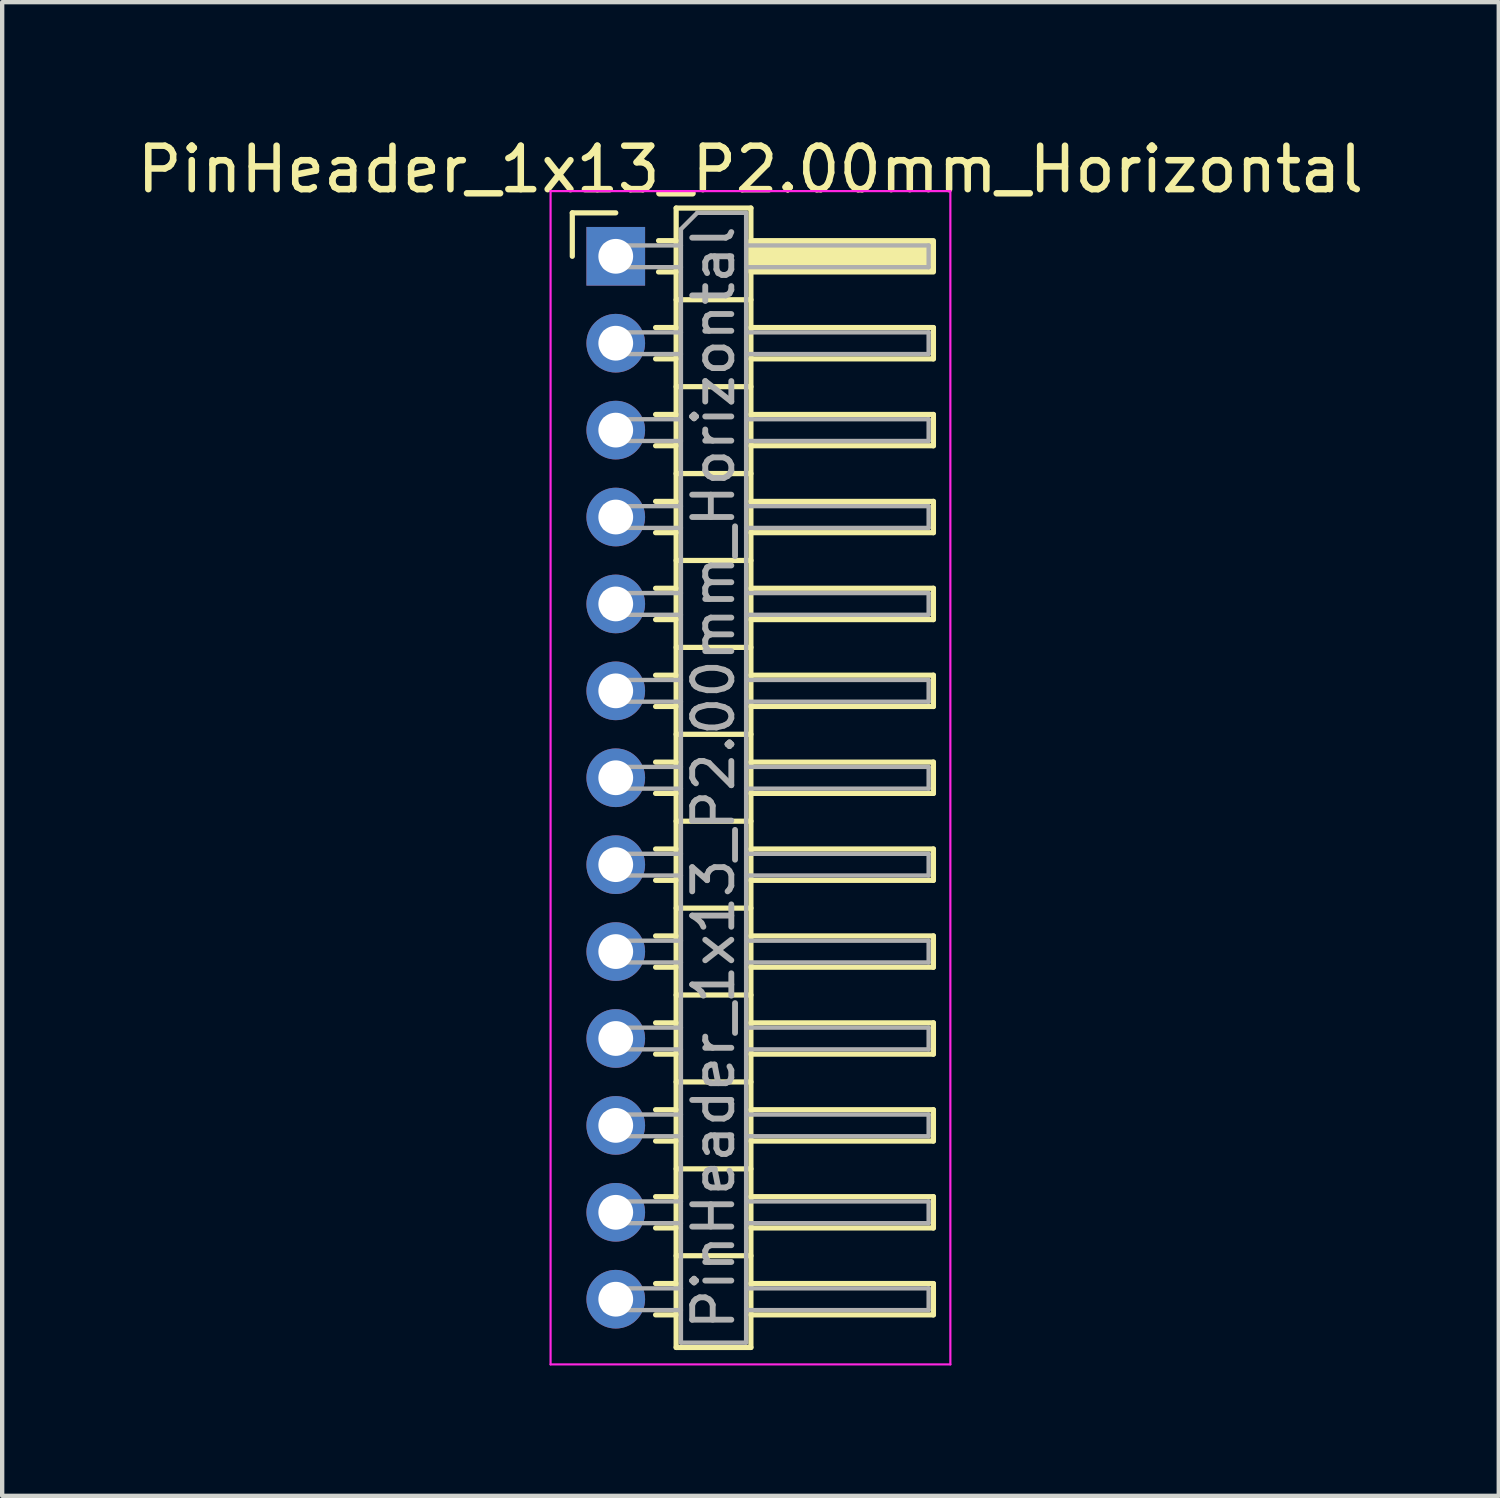
<source format=kicad_pcb>
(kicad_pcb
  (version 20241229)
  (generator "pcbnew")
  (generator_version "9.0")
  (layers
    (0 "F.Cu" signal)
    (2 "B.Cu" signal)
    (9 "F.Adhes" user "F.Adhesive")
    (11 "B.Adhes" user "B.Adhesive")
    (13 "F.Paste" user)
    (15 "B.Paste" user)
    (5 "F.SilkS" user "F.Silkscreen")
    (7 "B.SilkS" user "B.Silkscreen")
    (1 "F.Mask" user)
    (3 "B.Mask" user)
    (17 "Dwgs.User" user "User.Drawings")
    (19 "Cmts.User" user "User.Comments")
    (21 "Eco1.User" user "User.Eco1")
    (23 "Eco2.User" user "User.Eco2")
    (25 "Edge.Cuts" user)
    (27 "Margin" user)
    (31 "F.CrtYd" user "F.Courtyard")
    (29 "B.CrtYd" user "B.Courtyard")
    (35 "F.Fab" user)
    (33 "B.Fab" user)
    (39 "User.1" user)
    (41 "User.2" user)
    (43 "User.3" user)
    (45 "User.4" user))
  (footprint "PinHeader_1x13_P2.00mm_Horizontal"
    (layer "F.Cu")
    (at 11.12 2.848)
    (property "Reference" "PinHeader_1x13_P2.00mm_Horizontal" (at 3.1 -2 0) (layer "F.SilkS") (effects (font (size 1 1) (thickness 0.15))))
    (attr through_hole)
    (fp_line (start -1 -1) (end 0 -1) (stroke (width 0.12) (type solid)) (layer "F.SilkS"))
    (fp_line (start -1 0) (end -1 -1) (stroke (width 0.12) (type solid)) (layer "F.SilkS"))
    (fp_line (start 0.917 1.64) (end 1.39 1.64) (stroke (width 0.12) (type solid)) (layer "F.SilkS"))
    (fp_line (start 0.917 2.36) (end 1.39 2.36) (stroke (width 0.12) (type solid)) (layer "F.SilkS"))
    (fp_line (start 0.917 3.64) (end 1.39 3.64) (stroke (width 0.12) (type solid)) (layer "F.SilkS"))
    (fp_line (start 0.917 4.36) (end 1.39 4.36) (stroke (width 0.12) (type solid)) (layer "F.SilkS"))
    (fp_line (start 0.917 5.64) (end 1.39 5.64) (stroke (width 0.12) (type solid)) (layer "F.SilkS"))
    (fp_line (start 0.917 6.36) (end 1.39 6.36) (stroke (width 0.12) (type solid)) (layer "F.SilkS"))
    (fp_line (start 0.917 7.64) (end 1.39 7.64) (stroke (width 0.12) (type solid)) (layer "F.SilkS"))
    (fp_line (start 0.917 8.36) (end 1.39 8.36) (stroke (width 0.12) (type solid)) (layer "F.SilkS"))
    (fp_line (start 0.917 9.64) (end 1.39 9.64) (stroke (width 0.12) (type solid)) (layer "F.SilkS"))
    (fp_line (start 0.917 10.36) (end 1.39 10.36) (stroke (width 0.12) (type solid)) (layer "F.SilkS"))
    (fp_line (start 0.917 11.64) (end 1.39 11.64) (stroke (width 0.12) (type solid)) (layer "F.SilkS"))
    (fp_line (start 0.917 12.36) (end 1.39 12.36) (stroke (width 0.12) (type solid)) (layer "F.SilkS"))
    (fp_line (start 0.917 13.64) (end 1.39 13.64) (stroke (width 0.12) (type solid)) (layer "F.SilkS"))
    (fp_line (start 0.917 14.36) (end 1.39 14.36) (stroke (width 0.12) (type solid)) (layer "F.SilkS"))
    (fp_line (start 0.917 15.64) (end 1.39 15.64) (stroke (width 0.12) (type solid)) (layer "F.SilkS"))
    (fp_line (start 0.917 16.36) (end 1.39 16.36) (stroke (width 0.12) (type solid)) (layer "F.SilkS"))
    (fp_line (start 0.917 17.64) (end 1.39 17.64) (stroke (width 0.12) (type solid)) (layer "F.SilkS"))
    (fp_line (start 0.917 18.36) (end 1.39 18.36) (stroke (width 0.12) (type solid)) (layer "F.SilkS"))
    (fp_line (start 0.917 19.64) (end 1.39 19.64) (stroke (width 0.12) (type solid)) (layer "F.SilkS"))
    (fp_line (start 0.917 20.36) (end 1.39 20.36) (stroke (width 0.12) (type solid)) (layer "F.SilkS"))
    (fp_line (start 0.917 21.64) (end 1.39 21.64) (stroke (width 0.12) (type solid)) (layer "F.SilkS"))
    (fp_line (start 0.917 22.36) (end 1.39 22.36) (stroke (width 0.12) (type solid)) (layer "F.SilkS"))
    (fp_line (start 0.917 23.64) (end 1.39 23.64) (stroke (width 0.12) (type solid)) (layer "F.SilkS"))
    (fp_line (start 0.917 24.36) (end 1.39 24.36) (stroke (width 0.12) (type solid)) (layer "F.SilkS"))
    (fp_line (start 0.985 -0.36) (end 1.39 -0.36) (stroke (width 0.12) (type solid)) (layer "F.SilkS"))
    (fp_line (start 0.985 0.36) (end 1.39 0.36) (stroke (width 0.12) (type solid)) (layer "F.SilkS"))
    (fp_line (start 1.39 -1.11) (end 1.39 25.11) (stroke (width 0.12) (type solid)) (layer "F.SilkS"))
    (fp_line (start 1.39 1) (end 3.11 1) (stroke (width 0.12) (type solid)) (layer "F.SilkS"))
    (fp_line (start 1.39 3) (end 3.11 3) (stroke (width 0.12) (type solid)) (layer "F.SilkS"))
    (fp_line (start 1.39 5) (end 3.11 5) (stroke (width 0.12) (type solid)) (layer "F.SilkS"))
    (fp_line (start 1.39 7) (end 3.11 7) (stroke (width 0.12) (type solid)) (layer "F.SilkS"))
    (fp_line (start 1.39 9) (end 3.11 9) (stroke (width 0.12) (type solid)) (layer "F.SilkS"))
    (fp_line (start 1.39 11) (end 3.11 11) (stroke (width 0.12) (type solid)) (layer "F.SilkS"))
    (fp_line (start 1.39 13) (end 3.11 13) (stroke (width 0.12) (type solid)) (layer "F.SilkS"))
    (fp_line (start 1.39 15) (end 3.11 15) (stroke (width 0.12) (type solid)) (layer "F.SilkS"))
    (fp_line (start 1.39 17) (end 3.11 17) (stroke (width 0.12) (type solid)) (layer "F.SilkS"))
    (fp_line (start 1.39 19) (end 3.11 19) (stroke (width 0.12) (type solid)) (layer "F.SilkS"))
    (fp_line (start 1.39 21) (end 3.11 21) (stroke (width 0.12) (type solid)) (layer "F.SilkS"))
    (fp_line (start 1.39 23) (end 3.11 23) (stroke (width 0.12) (type solid)) (layer "F.SilkS"))
    (fp_line (start 1.39 25.11) (end 3.11 25.11) (stroke (width 0.12) (type solid)) (layer "F.SilkS"))
    (fp_line (start 3.11 -1.11) (end 1.39 -1.11) (stroke (width 0.12) (type solid)) (layer "F.SilkS"))
    (fp_line (start 3.11 1.64) (end 7.31 1.64) (stroke (width 0.12) (type solid)) (layer "F.SilkS"))
    (fp_line (start 3.11 3.64) (end 7.31 3.64) (stroke (width 0.12) (type solid)) (layer "F.SilkS"))
    (fp_line (start 3.11 5.64) (end 7.31 5.64) (stroke (width 0.12) (type solid)) (layer "F.SilkS"))
    (fp_line (start 3.11 7.64) (end 7.31 7.64) (stroke (width 0.12) (type solid)) (layer "F.SilkS"))
    (fp_line (start 3.11 9.64) (end 7.31 9.64) (stroke (width 0.12) (type solid)) (layer "F.SilkS"))
    (fp_line (start 3.11 11.64) (end 7.31 11.64) (stroke (width 0.12) (type solid)) (layer "F.SilkS"))
    (fp_line (start 3.11 13.64) (end 7.31 13.64) (stroke (width 0.12) (type solid)) (layer "F.SilkS"))
    (fp_line (start 3.11 15.64) (end 7.31 15.64) (stroke (width 0.12) (type solid)) (layer "F.SilkS"))
    (fp_line (start 3.11 17.64) (end 7.31 17.64) (stroke (width 0.12) (type solid)) (layer "F.SilkS"))
    (fp_line (start 3.11 19.64) (end 7.31 19.64) (stroke (width 0.12) (type solid)) (layer "F.SilkS"))
    (fp_line (start 3.11 21.64) (end 7.31 21.64) (stroke (width 0.12) (type solid)) (layer "F.SilkS"))
    (fp_line (start 3.11 23.64) (end 7.31 23.64) (stroke (width 0.12) (type solid)) (layer "F.SilkS"))
    (fp_line (start 3.11 25.11) (end 3.11 -1.11) (stroke (width 0.12) (type solid)) (layer "F.SilkS"))
    (fp_line (start 7.31 1.64) (end 7.31 2.36) (stroke (width 0.12) (type solid)) (layer "F.SilkS"))
    (fp_line (start 7.31 2.36) (end 3.11 2.36) (stroke (width 0.12) (type solid)) (layer "F.SilkS"))
    (fp_line (start 7.31 3.64) (end 7.31 4.36) (stroke (width 0.12) (type solid)) (layer "F.SilkS"))
    (fp_line (start 7.31 4.36) (end 3.11 4.36) (stroke (width 0.12) (type solid)) (layer "F.SilkS"))
    (fp_line (start 7.31 5.64) (end 7.31 6.36) (stroke (width 0.12) (type solid)) (layer "F.SilkS"))
    (fp_line (start 7.31 6.36) (end 3.11 6.36) (stroke (width 0.12) (type solid)) (layer "F.SilkS"))
    (fp_line (start 7.31 7.64) (end 7.31 8.36) (stroke (width 0.12) (type solid)) (layer "F.SilkS"))
    (fp_line (start 7.31 8.36) (end 3.11 8.36) (stroke (width 0.12) (type solid)) (layer "F.SilkS"))
    (fp_line (start 7.31 9.64) (end 7.31 10.36) (stroke (width 0.12) (type solid)) (layer "F.SilkS"))
    (fp_line (start 7.31 10.36) (end 3.11 10.36) (stroke (width 0.12) (type solid)) (layer "F.SilkS"))
    (fp_line (start 7.31 11.64) (end 7.31 12.36) (stroke (width 0.12) (type solid)) (layer "F.SilkS"))
    (fp_line (start 7.31 12.36) (end 3.11 12.36) (stroke (width 0.12) (type solid)) (layer "F.SilkS"))
    (fp_line (start 7.31 13.64) (end 7.31 14.36) (stroke (width 0.12) (type solid)) (layer "F.SilkS"))
    (fp_line (start 7.31 14.36) (end 3.11 14.36) (stroke (width 0.12) (type solid)) (layer "F.SilkS"))
    (fp_line (start 7.31 15.64) (end 7.31 16.36) (stroke (width 0.12) (type solid)) (layer "F.SilkS"))
    (fp_line (start 7.31 16.36) (end 3.11 16.36) (stroke (width 0.12) (type solid)) (layer "F.SilkS"))
    (fp_line (start 7.31 17.64) (end 7.31 18.36) (stroke (width 0.12) (type solid)) (layer "F.SilkS"))
    (fp_line (start 7.31 18.36) (end 3.11 18.36) (stroke (width 0.12) (type solid)) (layer "F.SilkS"))
    (fp_line (start 7.31 19.64) (end 7.31 20.36) (stroke (width 0.12) (type solid)) (layer "F.SilkS"))
    (fp_line (start 7.31 20.36) (end 3.11 20.36) (stroke (width 0.12) (type solid)) (layer "F.SilkS"))
    (fp_line (start 7.31 21.64) (end 7.31 22.36) (stroke (width 0.12) (type solid)) (layer "F.SilkS"))
    (fp_line (start 7.31 22.36) (end 3.11 22.36) (stroke (width 0.12) (type solid)) (layer "F.SilkS"))
    (fp_line (start 7.31 23.64) (end 7.31 24.36) (stroke (width 0.12) (type solid)) (layer "F.SilkS"))
    (fp_line (start 7.31 24.36) (end 3.11 24.36) (stroke (width 0.12) (type solid)) (layer "F.SilkS"))
    (fp_rect (start 3.11 -0.36) (end 7.31 0.36) (stroke (width 0.12) (type solid)) (fill yes) (layer "F.SilkS"))
    (fp_line (start -1.5 -1.5) (end -1.5 25.5) (stroke (width 0.05) (type solid)) (layer "F.CrtYd"))
    (fp_line (start -1.5 25.5) (end 7.7 25.5) (stroke (width 0.05) (type solid)) (layer "F.CrtYd"))
    (fp_line (start 7.7 -1.5) (end -1.5 -1.5) (stroke (width 0.05) (type solid)) (layer "F.CrtYd"))
    (fp_line (start 7.7 25.5) (end 7.7 -1.5) (stroke (width 0.05) (type solid)) (layer "F.CrtYd"))
    (fp_line (start -0.25 -0.25) (end -0.25 0.25) (stroke (width 0.1) (type solid)) (layer "F.Fab"))
    (fp_line (start -0.25 -0.25) (end 1.5 -0.25) (stroke (width 0.1) (type solid)) (layer "F.Fab"))
    (fp_line (start -0.25 0.25) (end 1.5 0.25) (stroke (width 0.1) (type solid)) (layer "F.Fab"))
    (fp_line (start -0.25 1.75) (end -0.25 2.25) (stroke (width 0.1) (type solid)) (layer "F.Fab"))
    (fp_line (start -0.25 1.75) (end 1.5 1.75) (stroke (width 0.1) (type solid)) (layer "F.Fab"))
    (fp_line (start -0.25 2.25) (end 1.5 2.25) (stroke (width 0.1) (type solid)) (layer "F.Fab"))
    (fp_line (start -0.25 3.75) (end -0.25 4.25) (stroke (width 0.1) (type solid)) (layer "F.Fab"))
    (fp_line (start -0.25 3.75) (end 1.5 3.75) (stroke (width 0.1) (type solid)) (layer "F.Fab"))
    (fp_line (start -0.25 4.25) (end 1.5 4.25) (stroke (width 0.1) (type solid)) (layer "F.Fab"))
    (fp_line (start -0.25 5.75) (end -0.25 6.25) (stroke (width 0.1) (type solid)) (layer "F.Fab"))
    (fp_line (start -0.25 5.75) (end 1.5 5.75) (stroke (width 0.1) (type solid)) (layer "F.Fab"))
    (fp_line (start -0.25 6.25) (end 1.5 6.25) (stroke (width 0.1) (type solid)) (layer "F.Fab"))
    (fp_line (start -0.25 7.75) (end -0.25 8.25) (stroke (width 0.1) (type solid)) (layer "F.Fab"))
    (fp_line (start -0.25 7.75) (end 1.5 7.75) (stroke (width 0.1) (type solid)) (layer "F.Fab"))
    (fp_line (start -0.25 8.25) (end 1.5 8.25) (stroke (width 0.1) (type solid)) (layer "F.Fab"))
    (fp_line (start -0.25 9.75) (end -0.25 10.25) (stroke (width 0.1) (type solid)) (layer "F.Fab"))
    (fp_line (start -0.25 9.75) (end 1.5 9.75) (stroke (width 0.1) (type solid)) (layer "F.Fab"))
    (fp_line (start -0.25 10.25) (end 1.5 10.25) (stroke (width 0.1) (type solid)) (layer "F.Fab"))
    (fp_line (start -0.25 11.75) (end -0.25 12.25) (stroke (width 0.1) (type solid)) (layer "F.Fab"))
    (fp_line (start -0.25 11.75) (end 1.5 11.75) (stroke (width 0.1) (type solid)) (layer "F.Fab"))
    (fp_line (start -0.25 12.25) (end 1.5 12.25) (stroke (width 0.1) (type solid)) (layer "F.Fab"))
    (fp_line (start -0.25 13.75) (end -0.25 14.25) (stroke (width 0.1) (type solid)) (layer "F.Fab"))
    (fp_line (start -0.25 13.75) (end 1.5 13.75) (stroke (width 0.1) (type solid)) (layer "F.Fab"))
    (fp_line (start -0.25 14.25) (end 1.5 14.25) (stroke (width 0.1) (type solid)) (layer "F.Fab"))
    (fp_line (start -0.25 15.75) (end -0.25 16.25) (stroke (width 0.1) (type solid)) (layer "F.Fab"))
    (fp_line (start -0.25 15.75) (end 1.5 15.75) (stroke (width 0.1) (type solid)) (layer "F.Fab"))
    (fp_line (start -0.25 16.25) (end 1.5 16.25) (stroke (width 0.1) (type solid)) (layer "F.Fab"))
    (fp_line (start -0.25 17.75) (end -0.25 18.25) (stroke (width 0.1) (type solid)) (layer "F.Fab"))
    (fp_line (start -0.25 17.75) (end 1.5 17.75) (stroke (width 0.1) (type solid)) (layer "F.Fab"))
    (fp_line (start -0.25 18.25) (end 1.5 18.25) (stroke (width 0.1) (type solid)) (layer "F.Fab"))
    (fp_line (start -0.25 19.75) (end -0.25 20.25) (stroke (width 0.1) (type solid)) (layer "F.Fab"))
    (fp_line (start -0.25 19.75) (end 1.5 19.75) (stroke (width 0.1) (type solid)) (layer "F.Fab"))
    (fp_line (start -0.25 20.25) (end 1.5 20.25) (stroke (width 0.1) (type solid)) (layer "F.Fab"))
    (fp_line (start -0.25 21.75) (end -0.25 22.25) (stroke (width 0.1) (type solid)) (layer "F.Fab"))
    (fp_line (start -0.25 21.75) (end 1.5 21.75) (stroke (width 0.1) (type solid)) (layer "F.Fab"))
    (fp_line (start -0.25 22.25) (end 1.5 22.25) (stroke (width 0.1) (type solid)) (layer "F.Fab"))
    (fp_line (start -0.25 23.75) (end -0.25 24.25) (stroke (width 0.1) (type solid)) (layer "F.Fab"))
    (fp_line (start -0.25 23.75) (end 1.5 23.75) (stroke (width 0.1) (type solid)) (layer "F.Fab"))
    (fp_line (start -0.25 24.25) (end 1.5 24.25) (stroke (width 0.1) (type solid)) (layer "F.Fab"))
    (fp_line (start 1.5 -0.625) (end 1.875 -1) (stroke (width 0.1) (type solid)) (layer "F.Fab"))
    (fp_line (start 1.5 25) (end 1.5 -0.625) (stroke (width 0.1) (type solid)) (layer "F.Fab"))
    (fp_line (start 1.875 -1) (end 3 -1) (stroke (width 0.1) (type solid)) (layer "F.Fab"))
    (fp_line (start 3 -1) (end 3 25) (stroke (width 0.1) (type solid)) (layer "F.Fab"))
    (fp_line (start 3 -0.25) (end 7.2 -0.25) (stroke (width 0.1) (type solid)) (layer "F.Fab"))
    (fp_line (start 3 0.25) (end 7.2 0.25) (stroke (width 0.1) (type solid)) (layer "F.Fab"))
    (fp_line (start 3 1.75) (end 7.2 1.75) (stroke (width 0.1) (type solid)) (layer "F.Fab"))
    (fp_line (start 3 2.25) (end 7.2 2.25) (stroke (width 0.1) (type solid)) (layer "F.Fab"))
    (fp_line (start 3 3.75) (end 7.2 3.75) (stroke (width 0.1) (type solid)) (layer "F.Fab"))
    (fp_line (start 3 4.25) (end 7.2 4.25) (stroke (width 0.1) (type solid)) (layer "F.Fab"))
    (fp_line (start 3 5.75) (end 7.2 5.75) (stroke (width 0.1) (type solid)) (layer "F.Fab"))
    (fp_line (start 3 6.25) (end 7.2 6.25) (stroke (width 0.1) (type solid)) (layer "F.Fab"))
    (fp_line (start 3 7.75) (end 7.2 7.75) (stroke (width 0.1) (type solid)) (layer "F.Fab"))
    (fp_line (start 3 8.25) (end 7.2 8.25) (stroke (width 0.1) (type solid)) (layer "F.Fab"))
    (fp_line (start 3 9.75) (end 7.2 9.75) (stroke (width 0.1) (type solid)) (layer "F.Fab"))
    (fp_line (start 3 10.25) (end 7.2 10.25) (stroke (width 0.1) (type solid)) (layer "F.Fab"))
    (fp_line (start 3 11.75) (end 7.2 11.75) (stroke (width 0.1) (type solid)) (layer "F.Fab"))
    (fp_line (start 3 12.25) (end 7.2 12.25) (stroke (width 0.1) (type solid)) (layer "F.Fab"))
    (fp_line (start 3 13.75) (end 7.2 13.75) (stroke (width 0.1) (type solid)) (layer "F.Fab"))
    (fp_line (start 3 14.25) (end 7.2 14.25) (stroke (width 0.1) (type solid)) (layer "F.Fab"))
    (fp_line (start 3 15.75) (end 7.2 15.75) (stroke (width 0.1) (type solid)) (layer "F.Fab"))
    (fp_line (start 3 16.25) (end 7.2 16.25) (stroke (width 0.1) (type solid)) (layer "F.Fab"))
    (fp_line (start 3 17.75) (end 7.2 17.75) (stroke (width 0.1) (type solid)) (layer "F.Fab"))
    (fp_line (start 3 18.25) (end 7.2 18.25) (stroke (width 0.1) (type solid)) (layer "F.Fab"))
    (fp_line (start 3 19.75) (end 7.2 19.75) (stroke (width 0.1) (type solid)) (layer "F.Fab"))
    (fp_line (start 3 20.25) (end 7.2 20.25) (stroke (width 0.1) (type solid)) (layer "F.Fab"))
    (fp_line (start 3 21.75) (end 7.2 21.75) (stroke (width 0.1) (type solid)) (layer "F.Fab"))
    (fp_line (start 3 22.25) (end 7.2 22.25) (stroke (width 0.1) (type solid)) (layer "F.Fab"))
    (fp_line (start 3 23.75) (end 7.2 23.75) (stroke (width 0.1) (type solid)) (layer "F.Fab"))
    (fp_line (start 3 24.25) (end 7.2 24.25) (stroke (width 0.1) (type solid)) (layer "F.Fab"))
    (fp_line (start 3 25) (end 1.5 25) (stroke (width 0.1) (type solid)) (layer "F.Fab"))
    (fp_line (start 7.2 -0.25) (end 7.2 0.25) (stroke (width 0.1) (type solid)) (layer "F.Fab"))
    (fp_line (start 7.2 1.75) (end 7.2 2.25) (stroke (width 0.1) (type solid)) (layer "F.Fab"))
    (fp_line (start 7.2 3.75) (end 7.2 4.25) (stroke (width 0.1) (type solid)) (layer "F.Fab"))
    (fp_line (start 7.2 5.75) (end 7.2 6.25) (stroke (width 0.1) (type solid)) (layer "F.Fab"))
    (fp_line (start 7.2 7.75) (end 7.2 8.25) (stroke (width 0.1) (type solid)) (layer "F.Fab"))
    (fp_line (start 7.2 9.75) (end 7.2 10.25) (stroke (width 0.1) (type solid)) (layer "F.Fab"))
    (fp_line (start 7.2 11.75) (end 7.2 12.25) (stroke (width 0.1) (type solid)) (layer "F.Fab"))
    (fp_line (start 7.2 13.75) (end 7.2 14.25) (stroke (width 0.1) (type solid)) (layer "F.Fab"))
    (fp_line (start 7.2 15.75) (end 7.2 16.25) (stroke (width 0.1) (type solid)) (layer "F.Fab"))
    (fp_line (start 7.2 17.75) (end 7.2 18.25) (stroke (width 0.1) (type solid)) (layer "F.Fab"))
    (fp_line (start 7.2 19.75) (end 7.2 20.25) (stroke (width 0.1) (type solid)) (layer "F.Fab"))
    (fp_line (start 7.2 21.75) (end 7.2 22.25) (stroke (width 0.1) (type solid)) (layer "F.Fab"))
    (fp_line (start 7.2 23.75) (end 7.2 24.25) (stroke (width 0.1) (type solid)) (layer "F.Fab"))
    (fp_text user "${REFERENCE}" (at 2.25 12 90) (layer "F.Fab") (effects (font (size 0.9 0.9) (thickness 0.135))))
    (pad "1" thru_hole rect (at 0 0) (size 1.35 1.35) (drill 0.8) (layers "*.Cu" "*.Mask"))
    (pad "2" thru_hole circle (at 0 2) (size 1.35 1.35) (drill 0.8) (layers "*.Cu" "*.Mask"))
    (pad "3" thru_hole circle (at 0 4) (size 1.35 1.35) (drill 0.8) (layers "*.Cu" "*.Mask"))
    (pad "4" thru_hole circle (at 0 6) (size 1.35 1.35) (drill 0.8) (layers "*.Cu" "*.Mask"))
    (pad "5" thru_hole circle (at 0 8) (size 1.35 1.35) (drill 0.8) (layers "*.Cu" "*.Mask"))
    (pad "6" thru_hole circle (at 0 10) (size 1.35 1.35) (drill 0.8) (layers "*.Cu" "*.Mask"))
    (pad "7" thru_hole circle (at 0 12) (size 1.35 1.35) (drill 0.8) (layers "*.Cu" "*.Mask"))
    (pad "8" thru_hole circle (at 0 14) (size 1.35 1.35) (drill 0.8) (layers "*.Cu" "*.Mask"))
    (pad "9" thru_hole circle (at 0 16) (size 1.35 1.35) (drill 0.8) (layers "*.Cu" "*.Mask"))
    (pad "10" thru_hole circle (at 0 18) (size 1.35 1.35) (drill 0.8) (layers "*.Cu" "*.Mask"))
    (pad "11" thru_hole circle (at 0 20) (size 1.35 1.35) (drill 0.8) (layers "*.Cu" "*.Mask"))
    (pad "12" thru_hole circle (at 0 22) (size 1.35 1.35) (drill 0.8) (layers "*.Cu" "*.Mask"))
    (pad "13" thru_hole circle (at 0 24) (size 1.35 1.35) (drill 0.8) (layers "*.Cu" "*.Mask")))
  (gr_rect
    (start -3 -3)
    (end 31.44 31.373)
    (stroke (width 0.1) (type default))
    (fill no)
    (layer "Edge.Cuts")))
</source>
